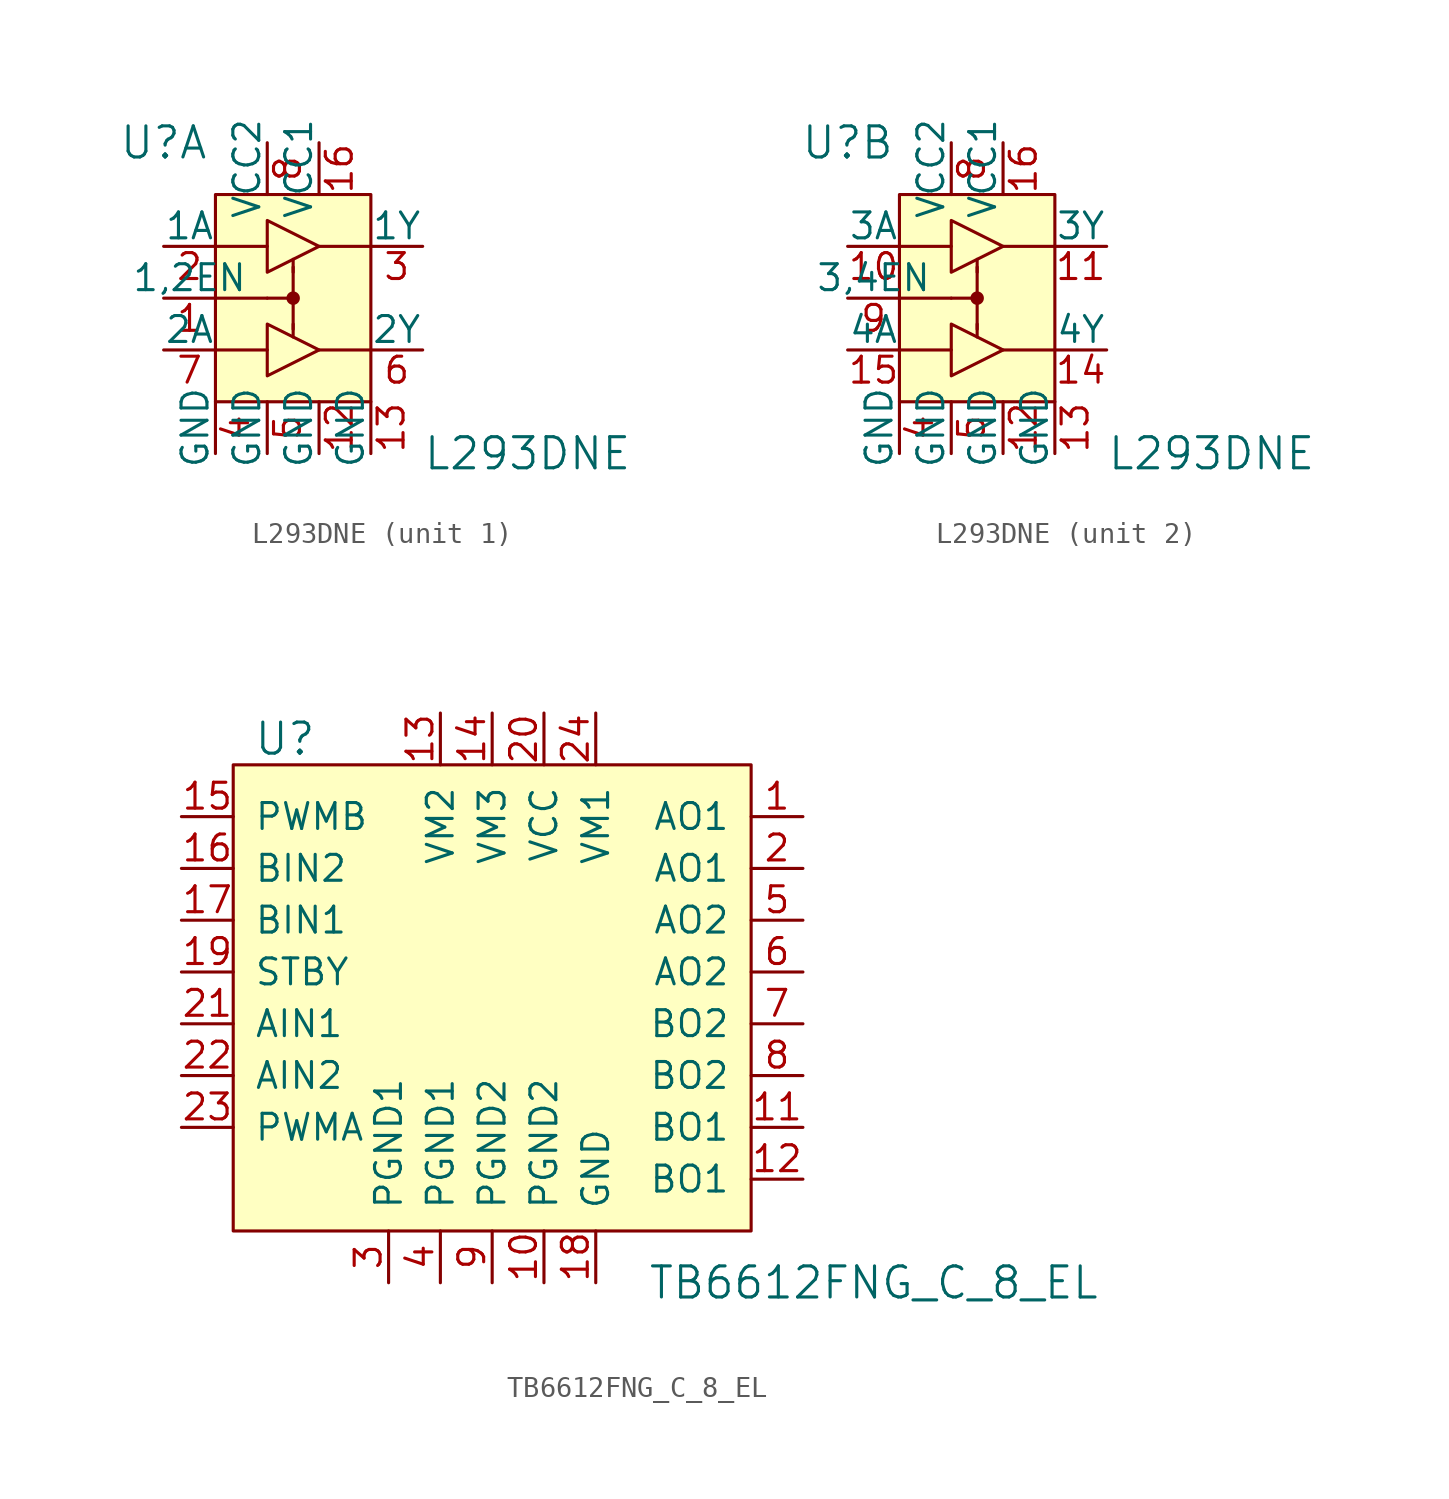
<source format=kicad_sym>
(kicad_symbol_lib
  (version 20231120)
  (generator "kicad_symbol_editor")
  (generator_version "8.0")
  (symbol "L293DNE"
    (pin_names
      (offset 0))
    (property "Reference" "U"
      (at -5.08 7.62 0)
      (effects (font (size 1.524 1.524))))
    (property "Value" "L293DNE"
      (at 7.62 -7.62 0)
      (effects (font (size 1.524 1.524)) (justify left)))
    (property "ki_locked" ""
      (at 0 0 0)
      (effects (font (size 1.27 1.27))))
    (symbol "L293DNE_0_1"
      (polyline (pts (xy -2.54 0) (xy 0 0)) (stroke (width 0) (type solid)) (fill (type none)))
      (polyline (pts (xy -2.54 2.54) (xy 0 2.54)) (stroke (width 0) (type solid)) (fill (type none)))
      (polyline (pts (xy 0 -2.54) (xy -2.54 -2.54)) (stroke (width 0) (type solid)) (fill (type none)))
      (polyline (pts (xy 1.016 0) (xy 0 0)) (stroke (width 0) (type solid)) (fill (type none)))
      (polyline (pts (xy 1.27 -1.905) (xy 1.27 -1.27)) (stroke (width 0) (type solid)) (fill (type none)))
      (polyline (pts (xy 1.27 -0.254) (xy 1.27 -1.524)) (stroke (width 0) (type solid)) (fill (type none)))
      (polyline (pts (xy 1.27 0.254) (xy 1.27 1.524)) (stroke (width 0) (type solid)) (fill (type none)))
      (polyline (pts (xy 1.27 1.905) (xy 1.27 1.27)) (stroke (width 0) (type solid)) (fill (type none)))
      (polyline (pts (xy 2.54 -2.54) (xy 5.08 -2.54)) (stroke (width 0) (type solid)) (fill (type none)))
      (polyline (pts (xy 5.08 2.54) (xy 2.54 2.54)) (stroke (width 0) (type solid)) (fill (type none)))
      (polyline (pts (xy 0 -1.27) (xy 0 -3.81) (xy 2.54 -2.54) (xy 0 -1.27)) (stroke (width 0) (type solid)) (fill (type none)))
      (polyline (pts (xy 0 3.81) (xy 0 1.27) (xy 2.54 2.54) (xy 0 3.81)) (stroke (width 0) (type solid)) (fill (type none)))
      (circle (center 1.27 0) (radius 0.254) (stroke (width 0) (type solid)) (fill (type outline)))
      (rectangle (start 5.08 -5.08) (end -2.54 5.08) (stroke (width 0) (type solid)) (fill (type background))))
    (symbol "L293DNE_1_1"
      (pin input line (at -5.08 0 0) (length 2.54) (name "1,2EN" (effects (font (size 1.27 1.27)))) (number "1" (effects (font (size 1.27 1.27)))))
      (pin power_in line (at 2.54 -7.62 90) (length 2.54) (name "GND" (effects (font (size 1.27 1.27)))) (number "12" (effects (font (size 1.27 1.27)))))
      (pin power_in line (at 5.08 -7.62 90) (length 2.54) (name "GND" (effects (font (size 1.27 1.27)))) (number "13" (effects (font (size 1.27 1.27)))))
      (pin power_in line (at 2.54 7.62 270) (length 2.54) (name "VCC1" (effects (font (size 1.27 1.27)))) (number "16" (effects (font (size 1.27 1.27)))))
      (pin input line (at -5.08 2.54 0) (length 2.54) (name "1A" (effects (font (size 1.27 1.27)))) (number "2" (effects (font (size 1.27 1.27)))))
      (pin output line (at 7.62 2.54 180) (length 2.54) (name "1Y" (effects (font (size 1.27 1.27)))) (number "3" (effects (font (size 1.27 1.27)))))
      (pin power_in line (at -2.54 -7.62 90) (length 2.54) (name "GND" (effects (font (size 1.27 1.27)))) (number "4" (effects (font (size 1.27 1.27)))))
      (pin power_in line (at 0 -7.62 90) (length 2.54) (name "GND" (effects (font (size 1.27 1.27)))) (number "5" (effects (font (size 1.27 1.27)))))
      (pin output line (at 7.62 -2.54 180) (length 2.54) (name "2Y" (effects (font (size 1.27 1.27)))) (number "6" (effects (font (size 1.27 1.27)))))
      (pin input line (at -5.08 -2.54 0) (length 2.54) (name "2A" (effects (font (size 1.27 1.27)))) (number "7" (effects (font (size 1.27 1.27)))))
      (pin power_in line (at 0 7.62 270) (length 2.54) (name "VCC2" (effects (font (size 1.27 1.27)))) (number "8" (effects (font (size 1.27 1.27))))))
    (symbol "L293DNE_2_1"
      (pin input line (at -5.08 2.54 0) (length 2.54) (name "3A" (effects (font (size 1.27 1.27)))) (number "10" (effects (font (size 1.27 1.27)))))
      (pin output line (at 7.62 2.54 180) (length 2.54) (name "3Y" (effects (font (size 1.27 1.27)))) (number "11" (effects (font (size 1.27 1.27)))))
      (pin power_in line (at 2.54 -7.62 90) (length 2.54) (name "GND" (effects (font (size 1.27 1.27)))) (number "12" (effects (font (size 1.27 1.27)))))
      (pin power_in line (at 5.08 -7.62 90) (length 2.54) (name "GND" (effects (font (size 1.27 1.27)))) (number "13" (effects (font (size 1.27 1.27)))))
      (pin output line (at 7.62 -2.54 180) (length 2.54) (name "4Y" (effects (font (size 1.27 1.27)))) (number "14" (effects (font (size 1.27 1.27)))))
      (pin input line (at -5.08 -2.54 0) (length 2.54) (name "4A" (effects (font (size 1.27 1.27)))) (number "15" (effects (font (size 1.27 1.27)))))
      (pin power_in line (at 2.54 7.62 270) (length 2.54) (name "VCC1" (effects (font (size 1.27 1.27)))) (number "16" (effects (font (size 1.27 1.27)))))
      (pin power_in line (at -2.54 -7.62 90) (length 2.54) (name "GND" (effects (font (size 1.27 1.27)))) (number "4" (effects (font (size 1.27 1.27)))))
      (pin power_in line (at 0 -7.62 90) (length 2.54) (name "GND" (effects (font (size 1.27 1.27)))) (number "5" (effects (font (size 1.27 1.27)))))
      (pin power_in line (at 0 7.62 270) (length 2.54) (name "VCC2" (effects (font (size 1.27 1.27)))) (number "8" (effects (font (size 1.27 1.27)))))
      (pin input line (at -5.08 0 0) (length 2.54) (name "3,4EN" (effects (font (size 1.27 1.27)))) (number "9" (effects (font (size 1.27 1.27)))))))
  (symbol "TB6612FNG_C_8_EL"
    (pin_names
      (offset 1.016))
    (property "Reference" "U"
      (at -12.7 11.43 0)
      (effects (font (size 1.524 1.524))))
    (property "Value" "TB6612FNG_C_8_EL"
      (at 5.08 -15.24 0)
      (effects (font (size 1.524 1.524)) (justify left)))
    (symbol "TB6612FNG_C_8_EL_0_1"
      (rectangle (start -15.24 10.16) (end 10.16 -12.7) (stroke (width 0) (type solid)) (fill (type background))))
    (symbol "TB6612FNG_C_8_EL_1_1"
      (pin output line (at 12.7 7.62 180) (length 2.54) (name "AO1" (effects (font (size 1.27 1.27)))) (number "1" (effects (font (size 1.27 1.27)))))
      (pin power_in line (at 0 -15.24 90) (length 2.54) (name "PGND2" (effects (font (size 1.27 1.27)))) (number "10" (effects (font (size 1.27 1.27)))))
      (pin output line (at 12.7 -7.62 180) (length 2.54) (name "BO1" (effects (font (size 1.27 1.27)))) (number "11" (effects (font (size 1.27 1.27)))))
      (pin output line (at 12.7 -10.16 180) (length 2.54) (name "BO1" (effects (font (size 1.27 1.27)))) (number "12" (effects (font (size 1.27 1.27)))))
      (pin power_in line (at -5.08 12.7 270) (length 2.54) (name "VM2" (effects (font (size 1.27 1.27)))) (number "13" (effects (font (size 1.27 1.27)))))
      (pin power_in line (at -2.54 12.7 270) (length 2.54) (name "VM3" (effects (font (size 1.27 1.27)))) (number "14" (effects (font (size 1.27 1.27)))))
      (pin input line (at -17.78 7.62 0) (length 2.54) (name "PWMB" (effects (font (size 1.27 1.27)))) (number "15" (effects (font (size 1.27 1.27)))))
      (pin input line (at -17.78 5.08 0) (length 2.54) (name "BIN2" (effects (font (size 1.27 1.27)))) (number "16" (effects (font (size 1.27 1.27)))))
      (pin input line (at -17.78 2.54 0) (length 2.54) (name "BIN1" (effects (font (size 1.27 1.27)))) (number "17" (effects (font (size 1.27 1.27)))))
      (pin power_in line (at 2.54 -15.24 90) (length 2.54) (name "GND" (effects (font (size 1.27 1.27)))) (number "18" (effects (font (size 1.27 1.27)))))
      (pin input line (at -17.78 0 0) (length 2.54) (name "STBY" (effects (font (size 1.27 1.27)))) (number "19" (effects (font (size 1.27 1.27)))))
      (pin output line (at 12.7 5.08 180) (length 2.54) (name "AO1" (effects (font (size 1.27 1.27)))) (number "2" (effects (font (size 1.27 1.27)))))
      (pin power_in line (at 0 12.7 270) (length 2.54) (name "VCC" (effects (font (size 1.27 1.27)))) (number "20" (effects (font (size 1.27 1.27)))))
      (pin input line (at -17.78 -2.54 0) (length 2.54) (name "AIN1" (effects (font (size 1.27 1.27)))) (number "21" (effects (font (size 1.27 1.27)))))
      (pin input line (at -17.78 -5.08 0) (length 2.54) (name "AIN2" (effects (font (size 1.27 1.27)))) (number "22" (effects (font (size 1.27 1.27)))))
      (pin input line (at -17.78 -7.62 0) (length 2.54) (name "PWMA" (effects (font (size 1.27 1.27)))) (number "23" (effects (font (size 1.27 1.27)))))
      (pin power_in line (at 2.54 12.7 270) (length 2.54) (name "VM1" (effects (font (size 1.27 1.27)))) (number "24" (effects (font (size 1.27 1.27)))))
      (pin power_in line (at -7.62 -15.24 90) (length 2.54) (name "PGND1" (effects (font (size 1.27 1.27)))) (number "3" (effects (font (size 1.27 1.27)))))
      (pin power_in line (at -5.08 -15.24 90) (length 2.54) (name "PGND1" (effects (font (size 1.27 1.27)))) (number "4" (effects (font (size 1.27 1.27)))))
      (pin output line (at 12.7 2.54 180) (length 2.54) (name "AO2" (effects (font (size 1.27 1.27)))) (number "5" (effects (font (size 1.27 1.27)))))
      (pin output line (at 12.7 0 180) (length 2.54) (name "AO2" (effects (font (size 1.27 1.27)))) (number "6" (effects (font (size 1.27 1.27)))))
      (pin output line (at 12.7 -2.54 180) (length 2.54) (name "BO2" (effects (font (size 1.27 1.27)))) (number "7" (effects (font (size 1.27 1.27)))))
      (pin output line (at 12.7 -5.08 180) (length 2.54) (name "BO2" (effects (font (size 1.27 1.27)))) (number "8" (effects (font (size 1.27 1.27)))))
      (pin power_in line (at -2.54 -15.24 90) (length 2.54) (name "PGND2" (effects (font (size 1.27 1.27)))) (number "9" (effects (font (size 1.27 1.27))))))))
</source>
